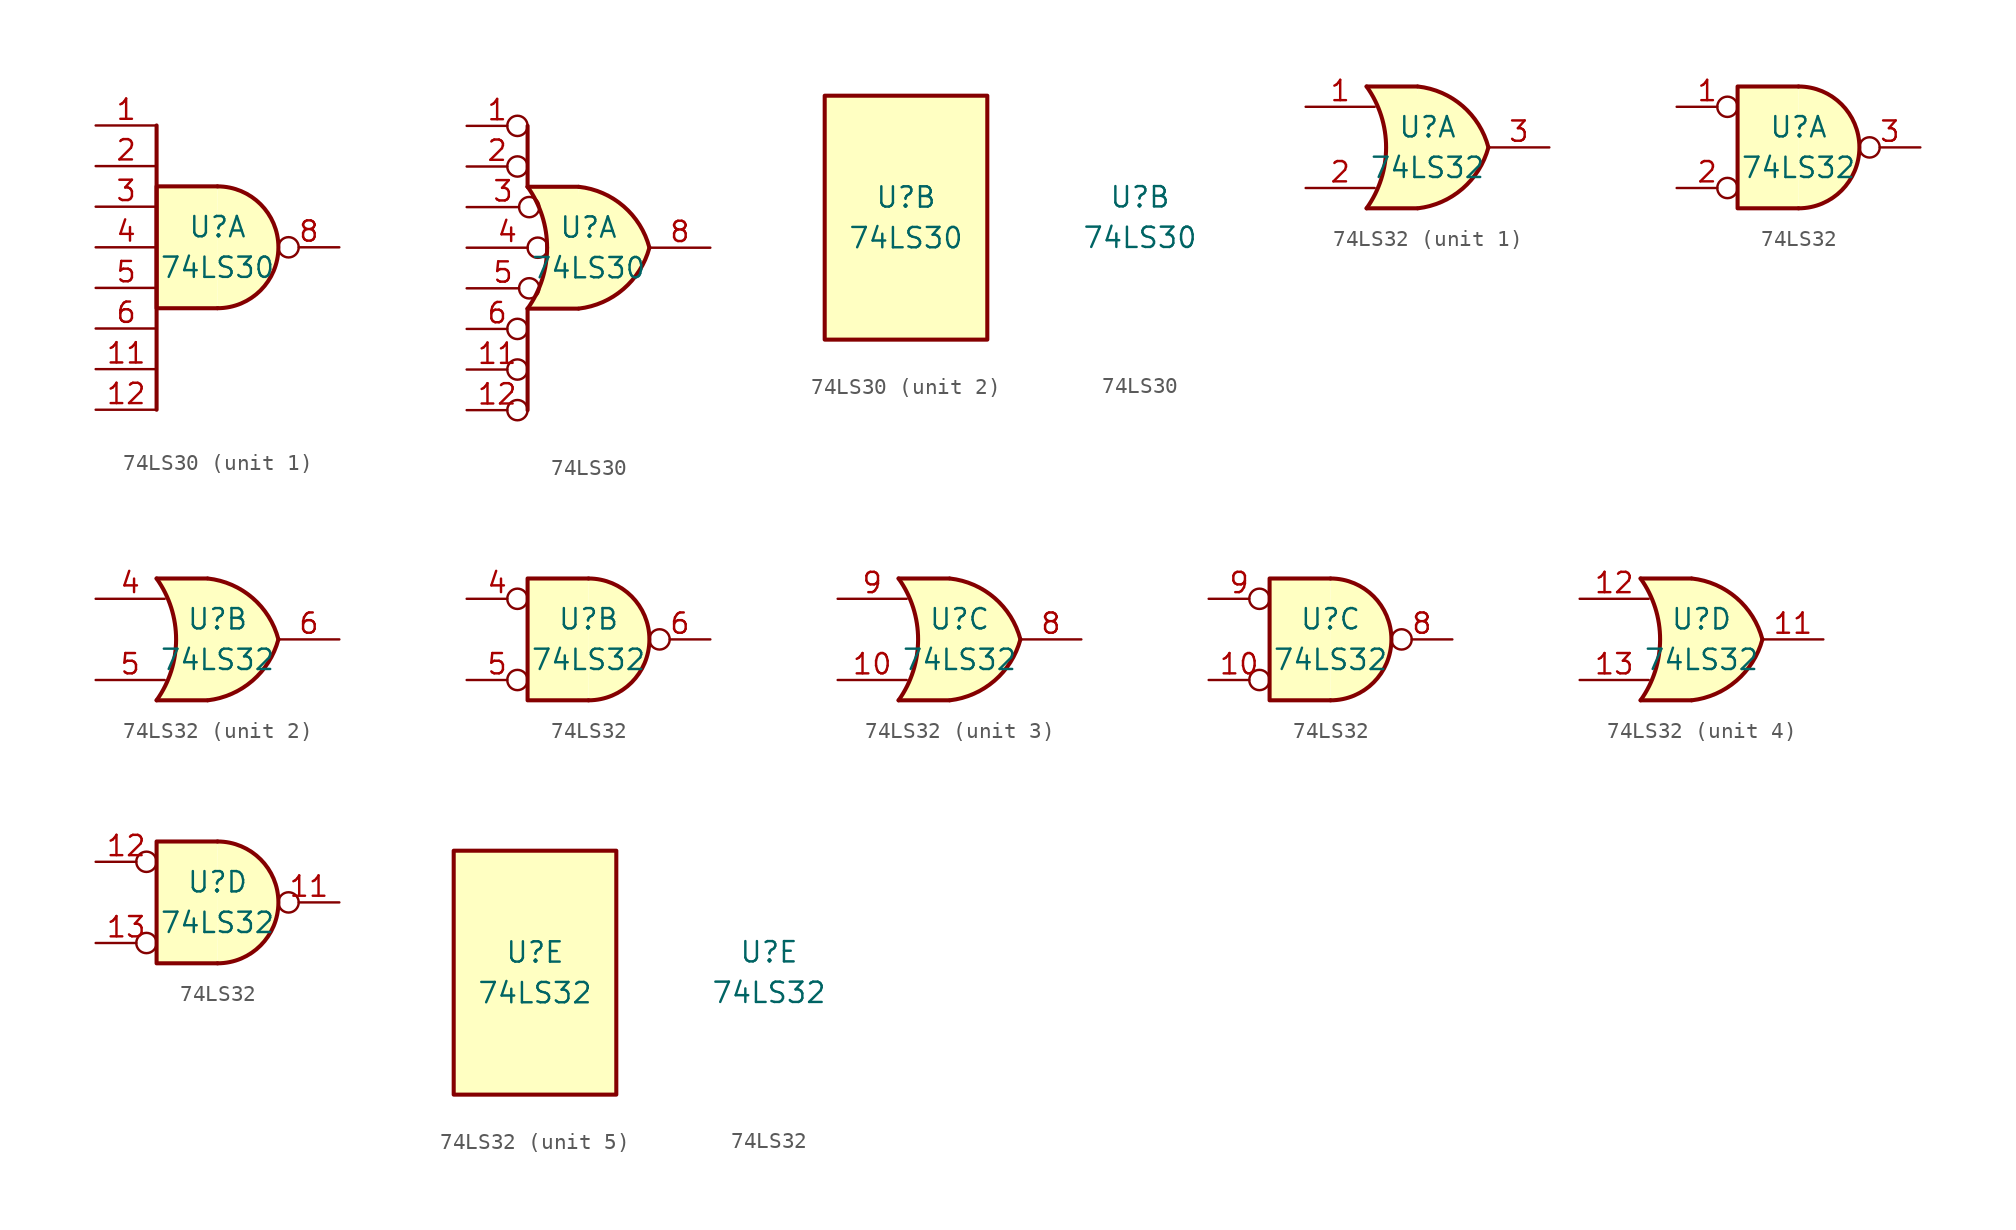
<source format=kicad_sym>
(kicad_symbol_lib
  (version 20211014)
  (generator kicad_symbol_editor)
  (symbol "74LS30"
    (pin_names
      (offset 1.016))
    (property "Reference" "U"
      (at 0 1.27 0)
      (effects (font (size 1.27 1.27))))
    (property "Value" "74LS30"
      (at 0 -1.27 0)
      (effects (font (size 1.27 1.27))))
    (property "ki_locked" ""
      (at 0 0 0)
      (effects (font (size 1.27 1.27))))
    (symbol "74LS30_1_1"
      (arc (start 0 -3.81) (mid 3.81 0) (end 0 3.81) (stroke (width 0.254) (type default) (color 0 0 0 0)) (fill (type background)))
      (polyline (pts (xy -3.81 7.62) (xy -3.81 -10.16)) (stroke (width 0.254) (type default) (color 0 0 0 0)) (fill (type none)))
      (polyline (pts (xy 0 3.81) (xy -3.81 3.81) (xy -3.81 -3.81) (xy 0 -3.81)) (stroke (width 0.254) (type default) (color 0 0 0 0)) (fill (type background)))
      (pin input line (at -7.62 7.62 0) (length 3.81) (name "~" (effects (font (size 1.27 1.27)))) (number "1" (effects (font (size 1.27 1.27)))))
      (pin input line (at -7.62 -7.62 0) (length 3.81) (name "~" (effects (font (size 1.27 1.27)))) (number "11" (effects (font (size 1.27 1.27)))))
      (pin input line (at -7.62 -10.16 0) (length 3.81) (name "~" (effects (font (size 1.27 1.27)))) (number "12" (effects (font (size 1.27 1.27)))))
      (pin input line (at -7.62 5.08 0) (length 3.81) (name "~" (effects (font (size 1.27 1.27)))) (number "2" (effects (font (size 1.27 1.27)))))
      (pin input line (at -7.62 2.54 0) (length 3.81) (name "~" (effects (font (size 1.27 1.27)))) (number "3" (effects (font (size 1.27 1.27)))))
      (pin input line (at -7.62 0 0) (length 3.81) (name "~" (effects (font (size 1.27 1.27)))) (number "4" (effects (font (size 1.27 1.27)))))
      (pin input line (at -7.62 -2.54 0) (length 3.81) (name "~" (effects (font (size 1.27 1.27)))) (number "5" (effects (font (size 1.27 1.27)))))
      (pin input line (at -7.62 -5.08 0) (length 3.81) (name "~" (effects (font (size 1.27 1.27)))) (number "6" (effects (font (size 1.27 1.27)))))
      (pin output inverted (at 7.62 0 180) (length 3.81) (name "~" (effects (font (size 1.27 1.27)))) (number "8" (effects (font (size 1.27 1.27))))))
    (symbol "74LS30_1_2"
      (arc (start -3.81 -3.81) (mid -2.589 0) (end -3.81 3.81) (stroke (width 0.254) (type default) (color 0 0 0 0)) (fill (type none)))
      (arc (start -0.6096 -3.81) (mid 2.1842 -2.5851) (end 3.81 0) (stroke (width 0.254) (type default) (color 0 0 0 0)) (fill (type background)))
      (polyline (pts (xy -3.81 -3.81) (xy -3.81 -10.16)) (stroke (width 0.254) (type default) (color 0 0 0 0)) (fill (type none)))
      (polyline (pts (xy -3.81 -3.81) (xy -0.635 -3.81)) (stroke (width 0.254) (type default) (color 0 0 0 0)) (fill (type background)))
      (polyline (pts (xy -3.81 3.81) (xy -0.635 3.81)) (stroke (width 0.254) (type default) (color 0 0 0 0)) (fill (type background)))
      (polyline (pts (xy -3.81 7.62) (xy -3.81 3.81)) (stroke (width 0.254) (type default) (color 0 0 0 0)) (fill (type none)))
      (polyline (pts (xy -0.635 3.81) (xy -3.81 3.81) (xy -3.81 3.81) (xy -3.556 3.404) (xy -3.023 2.261) (xy -2.692 1.041) (xy -2.616 -0.254) (xy -2.769 -1.499) (xy -3.175 -2.718) (xy -3.81 -3.81) (xy -3.81 -3.81) (xy -0.635 -3.81)) (stroke (width -25.4) (type default) (color 0 0 0 0)) (fill (type background)))
      (arc (start 3.81 0) (mid 2.1915 2.5936) (end -0.6096 3.81) (stroke (width 0.254) (type default) (color 0 0 0 0)) (fill (type background)))
      (pin input inverted (at -7.62 7.62 0) (length 3.81) (name "~" (effects (font (size 1.27 1.27)))) (number "1" (effects (font (size 1.27 1.27)))))
      (pin input inverted (at -7.62 -7.62 0) (length 3.81) (name "~" (effects (font (size 1.27 1.27)))) (number "11" (effects (font (size 1.27 1.27)))))
      (pin input inverted (at -7.62 -10.16 0) (length 3.81) (name "~" (effects (font (size 1.27 1.27)))) (number "12" (effects (font (size 1.27 1.27)))))
      (pin input inverted (at -7.62 5.08 0) (length 3.81) (name "~" (effects (font (size 1.27 1.27)))) (number "2" (effects (font (size 1.27 1.27)))))
      (pin input inverted (at -7.62 2.54 0) (length 4.547) (name "~" (effects (font (size 1.27 1.27)))) (number "3" (effects (font (size 1.27 1.27)))))
      (pin input inverted (at -7.62 0 0) (length 5.08) (name "~" (effects (font (size 1.27 1.27)))) (number "4" (effects (font (size 1.27 1.27)))))
      (pin input inverted (at -7.62 -2.54 0) (length 4.547) (name "~" (effects (font (size 1.27 1.27)))) (number "5" (effects (font (size 1.27 1.27)))))
      (pin input inverted (at -7.62 -5.08 0) (length 3.81) (name "~" (effects (font (size 1.27 1.27)))) (number "6" (effects (font (size 1.27 1.27)))))
      (pin output line (at 7.62 0 180) (length 3.81) (name "~" (effects (font (size 1.27 1.27)))) (number "8" (effects (font (size 1.27 1.27))))))
    (symbol "74LS30_2_0"
      (pin power_in line (at 0 7.62 270) (length 5.08) hide (name "VCC" (effects (font (size 1.27 1.27)))) (number "14" (effects (font (size 1.27 1.27)))))
      (pin power_in line (at 0 -7.62 90) (length 5.08) hide (name "VSS" (effects (font (size 1.27 1.27)))) (number "7" (effects (font (size 1.27 1.27))))))
    (symbol "74LS30_2_1"
      (rectangle (start -5.08 7.62) (end 5.08 -7.62) (stroke (width 0.254) (type default) (color 0 0 0 0)) (fill (type background)))))
  (symbol "74LS32"
    (pin_names
      (offset 1.016))
    (property "Reference" "U"
      (at 0 1.27 0)
      (effects (font (size 1.27 1.27))))
    (property "Value" "74LS32"
      (at 0 -1.27 0)
      (effects (font (size 1.27 1.27))))
    (property "ki_locked" ""
      (at 0 0 0)
      (effects (font (size 1.27 1.27))))
    (symbol "74LS32_1_1"
      (arc (start -3.81 -3.81) (mid -2.589 0) (end -3.81 3.81) (stroke (width 0.254) (type default) (color 0 0 0 0)) (fill (type none)))
      (arc (start -0.6096 -3.81) (mid 2.1842 -2.5851) (end 3.81 0) (stroke (width 0.254) (type default) (color 0 0 0 0)) (fill (type background)))
      (polyline (pts (xy -3.81 -3.81) (xy -0.635 -3.81)) (stroke (width 0.254) (type default) (color 0 0 0 0)) (fill (type background)))
      (polyline (pts (xy -3.81 3.81) (xy -0.635 3.81)) (stroke (width 0.254) (type default) (color 0 0 0 0)) (fill (type background)))
      (polyline (pts (xy -0.635 3.81) (xy -3.81 3.81) (xy -3.81 3.81) (xy -3.556 3.404) (xy -3.023 2.261) (xy -2.692 1.041) (xy -2.616 -0.254) (xy -2.769 -1.499) (xy -3.175 -2.718) (xy -3.81 -3.81) (xy -3.81 -3.81) (xy -0.635 -3.81)) (stroke (width -25.4) (type default) (color 0 0 0 0)) (fill (type background)))
      (arc (start 3.81 0) (mid 2.1915 2.5936) (end -0.6096 3.81) (stroke (width 0.254) (type default) (color 0 0 0 0)) (fill (type background)))
      (pin input line (at -7.62 2.54 0) (length 4.318) (name "~" (effects (font (size 1.27 1.27)))) (number "1" (effects (font (size 1.27 1.27)))))
      (pin input line (at -7.62 -2.54 0) (length 4.318) (name "~" (effects (font (size 1.27 1.27)))) (number "2" (effects (font (size 1.27 1.27)))))
      (pin output line (at 7.62 0 180) (length 3.81) (name "~" (effects (font (size 1.27 1.27)))) (number "3" (effects (font (size 1.27 1.27))))))
    (symbol "74LS32_1_2"
      (arc (start 0 -3.81) (mid 3.81 0) (end 0 3.81) (stroke (width 0.254) (type default) (color 0 0 0 0)) (fill (type background)))
      (polyline (pts (xy 0 3.81) (xy -3.81 3.81) (xy -3.81 -3.81) (xy 0 -3.81)) (stroke (width 0.254) (type default) (color 0 0 0 0)) (fill (type background)))
      (pin input inverted (at -7.62 2.54 0) (length 3.81) (name "~" (effects (font (size 1.27 1.27)))) (number "1" (effects (font (size 1.27 1.27)))))
      (pin input inverted (at -7.62 -2.54 0) (length 3.81) (name "~" (effects (font (size 1.27 1.27)))) (number "2" (effects (font (size 1.27 1.27)))))
      (pin output inverted (at 7.62 0 180) (length 3.81) (name "~" (effects (font (size 1.27 1.27)))) (number "3" (effects (font (size 1.27 1.27))))))
    (symbol "74LS32_2_1"
      (arc (start -3.81 -3.81) (mid -2.589 0) (end -3.81 3.81) (stroke (width 0.254) (type default) (color 0 0 0 0)) (fill (type none)))
      (arc (start -0.6096 -3.81) (mid 2.1842 -2.5851) (end 3.81 0) (stroke (width 0.254) (type default) (color 0 0 0 0)) (fill (type background)))
      (polyline (pts (xy -3.81 -3.81) (xy -0.635 -3.81)) (stroke (width 0.254) (type default) (color 0 0 0 0)) (fill (type background)))
      (polyline (pts (xy -3.81 3.81) (xy -0.635 3.81)) (stroke (width 0.254) (type default) (color 0 0 0 0)) (fill (type background)))
      (polyline (pts (xy -0.635 3.81) (xy -3.81 3.81) (xy -3.81 3.81) (xy -3.556 3.404) (xy -3.023 2.261) (xy -2.692 1.041) (xy -2.616 -0.254) (xy -2.769 -1.499) (xy -3.175 -2.718) (xy -3.81 -3.81) (xy -3.81 -3.81) (xy -0.635 -3.81)) (stroke (width -25.4) (type default) (color 0 0 0 0)) (fill (type background)))
      (arc (start 3.81 0) (mid 2.1915 2.5936) (end -0.6096 3.81) (stroke (width 0.254) (type default) (color 0 0 0 0)) (fill (type background)))
      (pin input line (at -7.62 2.54 0) (length 4.318) (name "~" (effects (font (size 1.27 1.27)))) (number "4" (effects (font (size 1.27 1.27)))))
      (pin input line (at -7.62 -2.54 0) (length 4.318) (name "~" (effects (font (size 1.27 1.27)))) (number "5" (effects (font (size 1.27 1.27)))))
      (pin output line (at 7.62 0 180) (length 3.81) (name "~" (effects (font (size 1.27 1.27)))) (number "6" (effects (font (size 1.27 1.27))))))
    (symbol "74LS32_2_2"
      (arc (start 0 -3.81) (mid 3.81 0) (end 0 3.81) (stroke (width 0.254) (type default) (color 0 0 0 0)) (fill (type background)))
      (polyline (pts (xy 0 3.81) (xy -3.81 3.81) (xy -3.81 -3.81) (xy 0 -3.81)) (stroke (width 0.254) (type default) (color 0 0 0 0)) (fill (type background)))
      (pin input inverted (at -7.62 2.54 0) (length 3.81) (name "~" (effects (font (size 1.27 1.27)))) (number "4" (effects (font (size 1.27 1.27)))))
      (pin input inverted (at -7.62 -2.54 0) (length 3.81) (name "~" (effects (font (size 1.27 1.27)))) (number "5" (effects (font (size 1.27 1.27)))))
      (pin output inverted (at 7.62 0 180) (length 3.81) (name "~" (effects (font (size 1.27 1.27)))) (number "6" (effects (font (size 1.27 1.27))))))
    (symbol "74LS32_3_1"
      (arc (start -3.81 -3.81) (mid -2.589 0) (end -3.81 3.81) (stroke (width 0.254) (type default) (color 0 0 0 0)) (fill (type none)))
      (arc (start -0.6096 -3.81) (mid 2.1842 -2.5851) (end 3.81 0) (stroke (width 0.254) (type default) (color 0 0 0 0)) (fill (type background)))
      (polyline (pts (xy -3.81 -3.81) (xy -0.635 -3.81)) (stroke (width 0.254) (type default) (color 0 0 0 0)) (fill (type background)))
      (polyline (pts (xy -3.81 3.81) (xy -0.635 3.81)) (stroke (width 0.254) (type default) (color 0 0 0 0)) (fill (type background)))
      (polyline (pts (xy -0.635 3.81) (xy -3.81 3.81) (xy -3.81 3.81) (xy -3.556 3.404) (xy -3.023 2.261) (xy -2.692 1.041) (xy -2.616 -0.254) (xy -2.769 -1.499) (xy -3.175 -2.718) (xy -3.81 -3.81) (xy -3.81 -3.81) (xy -0.635 -3.81)) (stroke (width -25.4) (type default) (color 0 0 0 0)) (fill (type background)))
      (arc (start 3.81 0) (mid 2.1915 2.5936) (end -0.6096 3.81) (stroke (width 0.254) (type default) (color 0 0 0 0)) (fill (type background)))
      (pin input line (at -7.62 -2.54 0) (length 4.318) (name "~" (effects (font (size 1.27 1.27)))) (number "10" (effects (font (size 1.27 1.27)))))
      (pin output line (at 7.62 0 180) (length 3.81) (name "~" (effects (font (size 1.27 1.27)))) (number "8" (effects (font (size 1.27 1.27)))))
      (pin input line (at -7.62 2.54 0) (length 4.318) (name "~" (effects (font (size 1.27 1.27)))) (number "9" (effects (font (size 1.27 1.27))))))
    (symbol "74LS32_3_2"
      (arc (start 0 -3.81) (mid 3.81 0) (end 0 3.81) (stroke (width 0.254) (type default) (color 0 0 0 0)) (fill (type background)))
      (polyline (pts (xy 0 3.81) (xy -3.81 3.81) (xy -3.81 -3.81) (xy 0 -3.81)) (stroke (width 0.254) (type default) (color 0 0 0 0)) (fill (type background)))
      (pin input inverted (at -7.62 -2.54 0) (length 3.81) (name "~" (effects (font (size 1.27 1.27)))) (number "10" (effects (font (size 1.27 1.27)))))
      (pin output inverted (at 7.62 0 180) (length 3.81) (name "~" (effects (font (size 1.27 1.27)))) (number "8" (effects (font (size 1.27 1.27)))))
      (pin input inverted (at -7.62 2.54 0) (length 3.81) (name "~" (effects (font (size 1.27 1.27)))) (number "9" (effects (font (size 1.27 1.27))))))
    (symbol "74LS32_4_1"
      (arc (start -3.81 -3.81) (mid -2.589 0) (end -3.81 3.81) (stroke (width 0.254) (type default) (color 0 0 0 0)) (fill (type none)))
      (arc (start -0.6096 -3.81) (mid 2.1842 -2.5851) (end 3.81 0) (stroke (width 0.254) (type default) (color 0 0 0 0)) (fill (type background)))
      (polyline (pts (xy -3.81 -3.81) (xy -0.635 -3.81)) (stroke (width 0.254) (type default) (color 0 0 0 0)) (fill (type background)))
      (polyline (pts (xy -3.81 3.81) (xy -0.635 3.81)) (stroke (width 0.254) (type default) (color 0 0 0 0)) (fill (type background)))
      (polyline (pts (xy -0.635 3.81) (xy -3.81 3.81) (xy -3.81 3.81) (xy -3.556 3.404) (xy -3.023 2.261) (xy -2.692 1.041) (xy -2.616 -0.254) (xy -2.769 -1.499) (xy -3.175 -2.718) (xy -3.81 -3.81) (xy -3.81 -3.81) (xy -0.635 -3.81)) (stroke (width -25.4) (type default) (color 0 0 0 0)) (fill (type background)))
      (arc (start 3.81 0) (mid 2.1915 2.5936) (end -0.6096 3.81) (stroke (width 0.254) (type default) (color 0 0 0 0)) (fill (type background)))
      (pin output line (at 7.62 0 180) (length 3.81) (name "~" (effects (font (size 1.27 1.27)))) (number "11" (effects (font (size 1.27 1.27)))))
      (pin input line (at -7.62 2.54 0) (length 4.318) (name "~" (effects (font (size 1.27 1.27)))) (number "12" (effects (font (size 1.27 1.27)))))
      (pin input line (at -7.62 -2.54 0) (length 4.318) (name "~" (effects (font (size 1.27 1.27)))) (number "13" (effects (font (size 1.27 1.27))))))
    (symbol "74LS32_4_2"
      (arc (start 0 -3.81) (mid 3.81 0) (end 0 3.81) (stroke (width 0.254) (type default) (color 0 0 0 0)) (fill (type background)))
      (polyline (pts (xy 0 3.81) (xy -3.81 3.81) (xy -3.81 -3.81) (xy 0 -3.81)) (stroke (width 0.254) (type default) (color 0 0 0 0)) (fill (type background)))
      (pin output inverted (at 7.62 0 180) (length 3.81) (name "~" (effects (font (size 1.27 1.27)))) (number "11" (effects (font (size 1.27 1.27)))))
      (pin input inverted (at -7.62 2.54 0) (length 3.81) (name "~" (effects (font (size 1.27 1.27)))) (number "12" (effects (font (size 1.27 1.27)))))
      (pin input inverted (at -7.62 -2.54 0) (length 3.81) (name "~" (effects (font (size 1.27 1.27)))) (number "13" (effects (font (size 1.27 1.27))))))
    (symbol "74LS32_5_0"
      (pin power_in line (at 0 7.62 270) (length 5.08) hide (name "VCC" (effects (font (size 1.27 1.27)))) (number "14" (effects (font (size 1.27 1.27)))))
      (pin power_in line (at 0 -7.62 90) (length 5.08) hide (name "VSS" (effects (font (size 1.27 1.27)))) (number "7" (effects (font (size 1.27 1.27))))))
    (symbol "74LS32_5_1"
      (rectangle (start -5.08 7.62) (end 5.08 -7.62) (stroke (width 0.254) (type default) (color 0 0 0 0)) (fill (type background))))))
</source>
